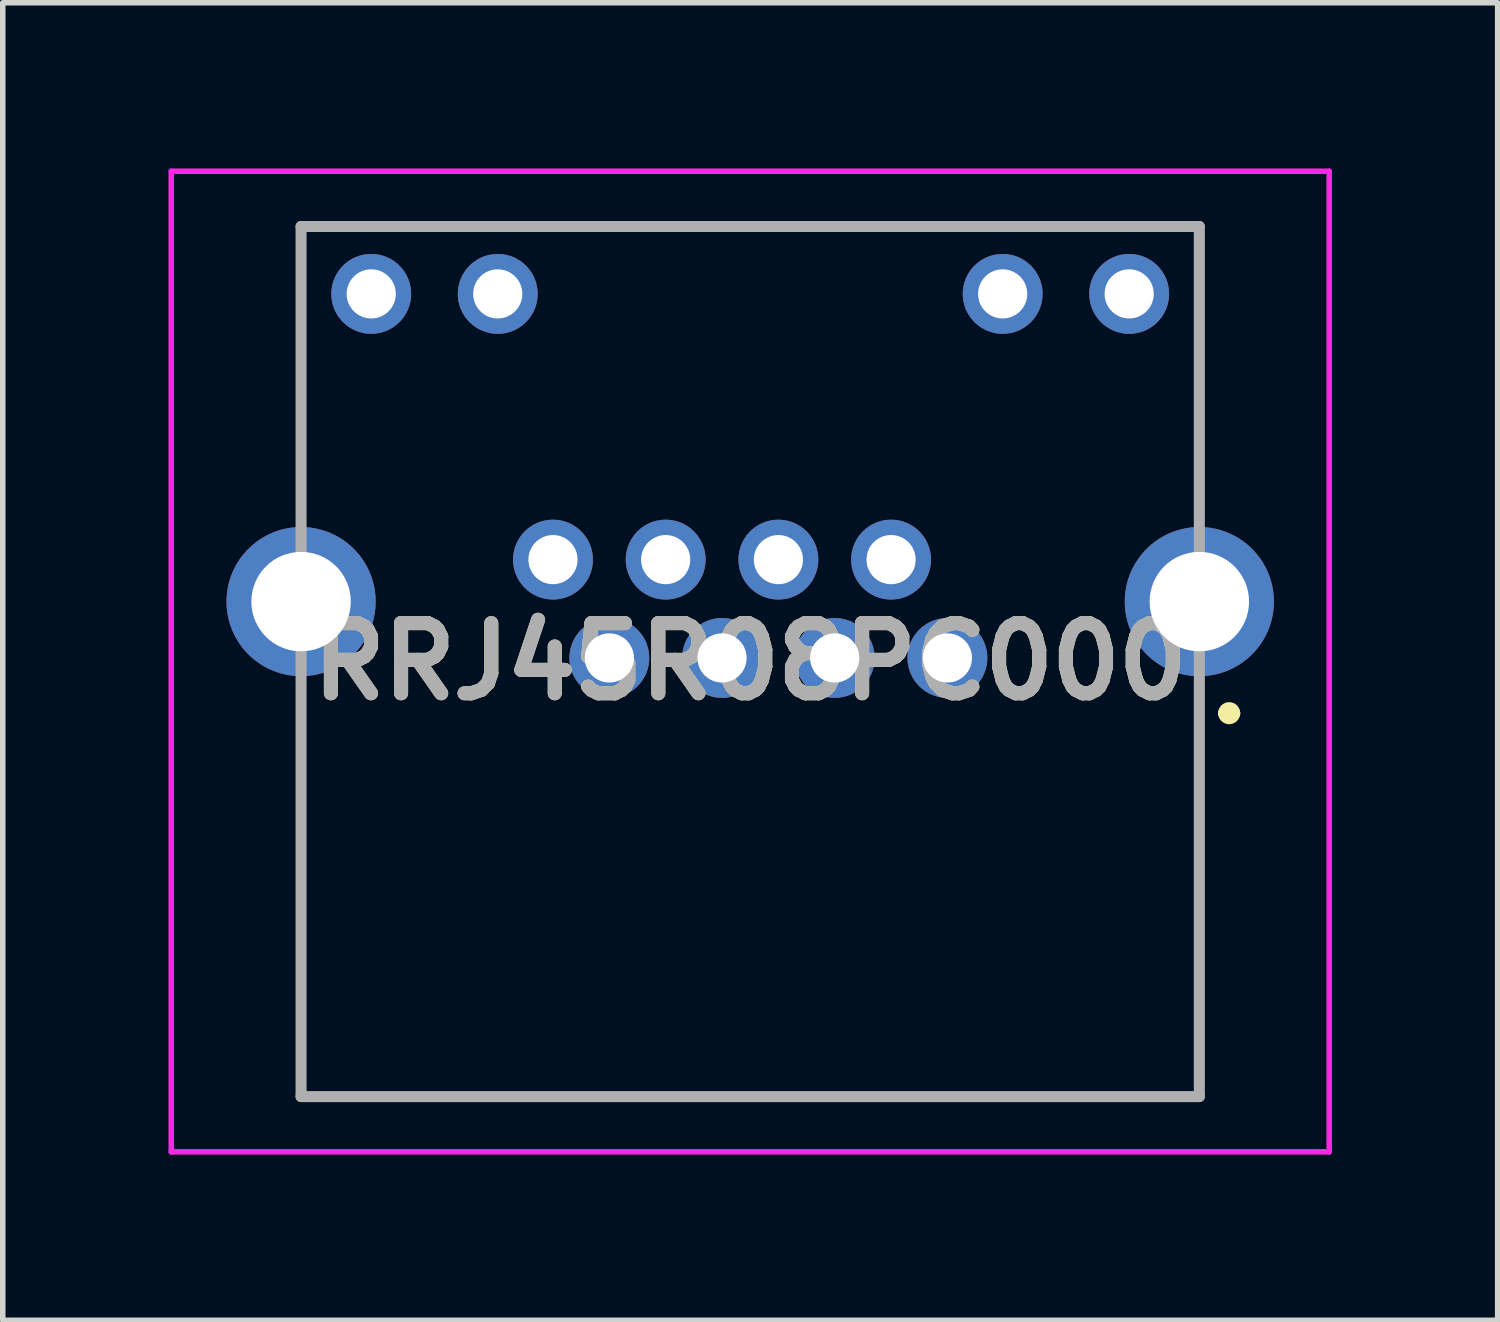
<source format=kicad_pcb>
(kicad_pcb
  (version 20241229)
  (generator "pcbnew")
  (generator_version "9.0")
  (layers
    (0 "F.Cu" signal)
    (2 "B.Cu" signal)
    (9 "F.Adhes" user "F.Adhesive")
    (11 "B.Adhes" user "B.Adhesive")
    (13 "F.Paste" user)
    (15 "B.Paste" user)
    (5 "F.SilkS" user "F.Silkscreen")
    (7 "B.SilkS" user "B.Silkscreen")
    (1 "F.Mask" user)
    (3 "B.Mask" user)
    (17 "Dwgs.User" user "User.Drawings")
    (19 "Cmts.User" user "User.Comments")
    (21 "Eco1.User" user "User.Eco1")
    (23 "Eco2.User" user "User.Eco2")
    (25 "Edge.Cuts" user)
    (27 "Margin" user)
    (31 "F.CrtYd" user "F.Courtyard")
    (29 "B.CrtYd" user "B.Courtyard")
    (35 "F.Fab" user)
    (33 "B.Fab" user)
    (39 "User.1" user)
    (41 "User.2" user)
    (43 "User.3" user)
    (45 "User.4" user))
  (footprint "RRJ45R08PC000"
    (layer "F.Cu")
    (at 14.1 8.86)
    (property "Reference" "RRJ45R08PC000" (at -3.57 0.065 0) (layer "F.SilkS") (effects (font (size 1.27 1.27) (thickness 0.254))))
    (attr through_hole)
    (fp_line (start -11.72 -7.81) (end 4.56 -7.81) (stroke (width 0.1) (type solid)) (layer "F.SilkS"))
    (fp_line (start -11.72 -2.96) (end -11.72 -7.81) (stroke (width 0.1) (type solid)) (layer "F.SilkS"))
    (fp_line (start -11.7 0.54) (end -11.7 7.94) (stroke (width 0.1) (type solid)) (layer "F.SilkS"))
    (fp_line (start -11.7 7.94) (end 4.56 7.94) (stroke (width 0.1) (type solid)) (layer "F.SilkS"))
    (fp_line (start 4.56 -7.81) (end 4.56 -2.96) (stroke (width 0.1) (type solid)) (layer "F.SilkS"))
    (fp_line (start 4.56 7.94) (end 4.56 0.54) (stroke (width 0.1) (type solid)) (layer "F.SilkS"))
    (fp_line (start 5 1) (end 5 1) (stroke (width 0.2) (type solid)) (layer "F.SilkS"))
    (fp_line (start 5.2 1) (end 5.2 1) (stroke (width 0.2) (type solid)) (layer "F.SilkS"))
    (fp_arc (start 5 1) (mid 5.1 0.9) (end 5.2 1) (stroke (width 0.2) (type solid)) (layer "F.SilkS"))
    (fp_arc (start 5.2 1) (mid 5.1 1.1) (end 5 1) (stroke (width 0.2) (type solid)) (layer "F.SilkS"))
    (fp_line (start -14.05 -8.81) (end 6.91 -8.81) (stroke (width 0.1) (type solid)) (layer "F.CrtYd"))
    (fp_line (start -14.05 8.94) (end -14.05 -8.81) (stroke (width 0.1) (type solid)) (layer "F.CrtYd"))
    (fp_line (start 6.91 -8.81) (end 6.91 8.94) (stroke (width 0.1) (type solid)) (layer "F.CrtYd"))
    (fp_line (start 6.91 8.94) (end -14.05 8.94) (stroke (width 0.1) (type solid)) (layer "F.CrtYd"))
    (fp_line (start -11.7 -7.81) (end 4.56 -7.81) (stroke (width 0.2) (type solid)) (layer "F.Fab"))
    (fp_line (start -11.7 7.94) (end -11.7 -7.81) (stroke (width 0.2) (type solid)) (layer "F.Fab"))
    (fp_line (start 4.56 -7.81) (end 4.56 7.94) (stroke (width 0.2) (type solid)) (layer "F.Fab"))
    (fp_line (start 4.56 7.94) (end -11.7 7.94) (stroke (width 0.2) (type solid)) (layer "F.Fab"))
    (fp_text user "${REFERENCE}" (at -3.57 0.065 0) (layer "F.Fab") (effects (font (size 1.27 1.27) (thickness 0.254))))
    (pad "" np_thru_hole circle (at -9.92 2.54) (size 0.001 0.001) (drill 3.25) (layers "*.Cu" "*.Mask"))
    (pad "" np_thru_hole circle (at 2.78 2.54) (size 0.001 0.001) (drill 3.25) (layers "*.Cu" "*.Mask"))
    (pad "1" thru_hole circle (at 0 0) (size 1.446 1.446) (drill 0.89) (layers "*.Cu" "*.Mask"))
    (pad "2" thru_hole circle (at -1.02 -1.78) (size 1.446 1.446) (drill 0.89) (layers "*.Cu" "*.Mask"))
    (pad "3" thru_hole circle (at -2.04 0) (size 1.446 1.446) (drill 0.89) (layers "*.Cu" "*.Mask"))
    (pad "4" thru_hole circle (at -3.06 -1.78) (size 1.446 1.446) (drill 0.89) (layers "*.Cu" "*.Mask"))
    (pad "5" thru_hole circle (at -4.08 0) (size 1.446 1.446) (drill 0.89) (layers "*.Cu" "*.Mask"))
    (pad "6" thru_hole circle (at -5.1 -1.78) (size 1.446 1.446) (drill 0.89) (layers "*.Cu" "*.Mask"))
    (pad "7" thru_hole circle (at -6.12 0) (size 1.446 1.446) (drill 0.89) (layers "*.Cu" "*.Mask"))
    (pad "8" thru_hole circle (at -7.14 -1.78) (size 1.446 1.446) (drill 0.89) (layers "*.Cu" "*.Mask"))
    (pad "9" thru_hole circle (at 3.29 -6.59) (size 1.446 1.446) (drill 0.89) (layers "*.Cu" "*.Mask"))
    (pad "10" thru_hole circle (at 1 -6.59) (size 1.446 1.446) (drill 0.89) (layers "*.Cu" "*.Mask"))
    (pad "11" thru_hole circle (at -8.14 -6.59) (size 1.446 1.446) (drill 0.89) (layers "*.Cu" "*.Mask"))
    (pad "12" thru_hole circle (at -10.43 -6.59) (size 1.446 1.446) (drill 0.89) (layers "*.Cu" "*.Mask"))
    (pad "MH1" thru_hole circle (at -11.7 -1.02) (size 2.7 2.7) (drill 1.8) (layers "*.Cu" "*.Mask"))
    (pad "MH2" thru_hole circle (at 4.56 -1.02) (size 2.7 2.7) (drill 1.8) (layers "*.Cu" "*.Mask")))
  (gr_rect
    (start -3 -3)
    (end 24.06 20.85)
    (stroke (width 0.1) (type default))
    (fill no)
    (layer "Edge.Cuts")))
</source>
